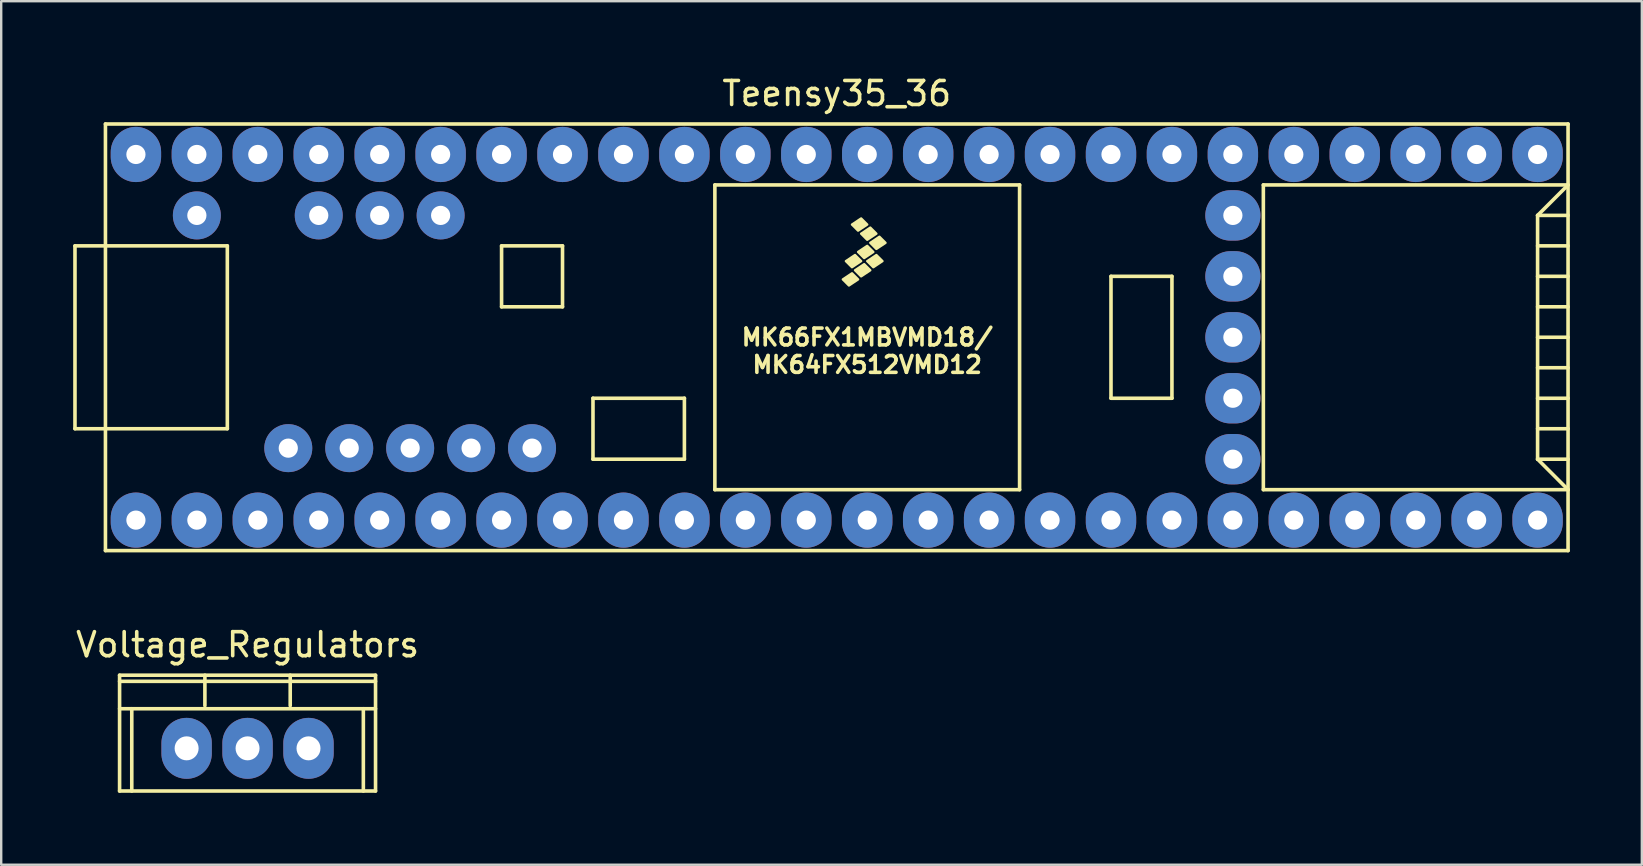
<source format=kicad_pcb>
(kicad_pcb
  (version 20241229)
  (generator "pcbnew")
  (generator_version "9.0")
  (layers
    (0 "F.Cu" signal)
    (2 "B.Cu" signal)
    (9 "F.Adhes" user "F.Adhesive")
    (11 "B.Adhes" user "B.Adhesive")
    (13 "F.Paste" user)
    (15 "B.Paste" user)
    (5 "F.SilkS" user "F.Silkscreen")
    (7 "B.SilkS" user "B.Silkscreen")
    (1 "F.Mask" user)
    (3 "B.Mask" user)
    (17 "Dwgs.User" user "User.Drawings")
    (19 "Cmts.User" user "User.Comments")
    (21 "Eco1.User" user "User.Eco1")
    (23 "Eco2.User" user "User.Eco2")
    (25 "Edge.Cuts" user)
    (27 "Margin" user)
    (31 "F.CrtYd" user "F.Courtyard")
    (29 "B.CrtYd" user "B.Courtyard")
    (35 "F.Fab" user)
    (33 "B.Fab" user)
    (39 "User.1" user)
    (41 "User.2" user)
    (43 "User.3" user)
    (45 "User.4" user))
  (footprint "Teensy35_36"
    (layer "F.Cu")
    (at 31.825 11.008)
    (property "Reference" "Teensy35_36" (at 0 -10.16 0) (layer "F.SilkS") (effects (font (size 1 1) (thickness 0.15))))
    (attr through_hole)
    (fp_line (start -31.75 -3.81) (end -30.48 -3.81) (stroke (width 0.15) (type solid)) (layer "F.SilkS"))
    (fp_line (start -31.75 3.81) (end -31.75 -3.81) (stroke (width 0.15) (type solid)) (layer "F.SilkS"))
    (fp_line (start -30.48 3.81) (end -31.75 3.81) (stroke (width 0.15) (type solid)) (layer "F.SilkS"))
    (fp_line (start -30.48 8.89) (end -30.48 -8.89) (stroke (width 0.15) (type solid)) (layer "F.SilkS"))
    (fp_line (start -30.48 8.89) (end 30.48 8.89) (stroke (width 0.15) (type solid)) (layer "F.SilkS"))
    (fp_line (start -25.4 -3.81) (end -30.48 -3.81) (stroke (width 0.15) (type solid)) (layer "F.SilkS"))
    (fp_line (start -25.4 3.81) (end -30.48 3.81) (stroke (width 0.15) (type solid)) (layer "F.SilkS"))
    (fp_line (start -25.4 3.81) (end -25.4 -3.81) (stroke (width 0.15) (type solid)) (layer "F.SilkS"))
    (fp_line (start -13.97 -3.81) (end -13.97 -1.27) (stroke (width 0.15) (type solid)) (layer "F.SilkS"))
    (fp_line (start -13.97 -1.27) (end -11.43 -1.27) (stroke (width 0.15) (type solid)) (layer "F.SilkS"))
    (fp_line (start -11.43 -3.81) (end -13.97 -3.81) (stroke (width 0.15) (type solid)) (layer "F.SilkS"))
    (fp_line (start -11.43 -1.27) (end -11.43 -3.81) (stroke (width 0.15) (type solid)) (layer "F.SilkS"))
    (fp_line (start -10.16 2.54) (end -6.35 2.54) (stroke (width 0.15) (type solid)) (layer "F.SilkS"))
    (fp_line (start -10.16 5.08) (end -10.16 2.54) (stroke (width 0.15) (type solid)) (layer "F.SilkS"))
    (fp_line (start -6.35 2.54) (end -6.35 5.08) (stroke (width 0.15) (type solid)) (layer "F.SilkS"))
    (fp_line (start -6.35 5.08) (end -10.16 5.08) (stroke (width 0.15) (type solid)) (layer "F.SilkS"))
    (fp_line (start -5.08 -6.35) (end -5.08 6.35) (stroke (width 0.15) (type solid)) (layer "F.SilkS"))
    (fp_line (start -5.08 -6.35) (end 7.62 -6.35) (stroke (width 0.15) (type solid)) (layer "F.SilkS"))
    (fp_line (start -5.08 6.35) (end 7.62 6.35) (stroke (width 0.15) (type solid)) (layer "F.SilkS"))
    (fp_line (start 7.62 6.35) (end 7.62 -6.35) (stroke (width 0.15) (type solid)) (layer "F.SilkS"))
    (fp_line (start 11.43 -2.54) (end 13.97 -2.54) (stroke (width 0.15) (type solid)) (layer "F.SilkS"))
    (fp_line (start 11.43 2.54) (end 11.43 -2.54) (stroke (width 0.15) (type solid)) (layer "F.SilkS"))
    (fp_line (start 13.97 -2.54) (end 13.97 2.54) (stroke (width 0.15) (type solid)) (layer "F.SilkS"))
    (fp_line (start 13.97 2.54) (end 11.43 2.54) (stroke (width 0.15) (type solid)) (layer "F.SilkS"))
    (fp_line (start 17.78 -6.35) (end 17.78 6.35) (stroke (width 0.15) (type solid)) (layer "F.SilkS"))
    (fp_line (start 17.78 6.35) (end 30.48 6.35) (stroke (width 0.15) (type solid)) (layer "F.SilkS"))
    (fp_line (start 29.21 -5.08) (end 30.48 -6.35) (stroke (width 0.15) (type solid)) (layer "F.SilkS"))
    (fp_line (start 29.21 -5.08) (end 30.48 -5.08) (stroke (width 0.15) (type solid)) (layer "F.SilkS"))
    (fp_line (start 29.21 -3.81) (end 30.48 -3.81) (stroke (width 0.15) (type solid)) (layer "F.SilkS"))
    (fp_line (start 29.21 -2.54) (end 30.48 -2.54) (stroke (width 0.15) (type solid)) (layer "F.SilkS"))
    (fp_line (start 29.21 -1.27) (end 30.48 -1.27) (stroke (width 0.15) (type solid)) (layer "F.SilkS"))
    (fp_line (start 29.21 0) (end 30.48 0) (stroke (width 0.15) (type solid)) (layer "F.SilkS"))
    (fp_line (start 29.21 1.27) (end 30.48 1.27) (stroke (width 0.15) (type solid)) (layer "F.SilkS"))
    (fp_line (start 29.21 2.54) (end 30.48 2.54) (stroke (width 0.15) (type solid)) (layer "F.SilkS"))
    (fp_line (start 29.21 3.81) (end 30.48 3.81) (stroke (width 0.15) (type solid)) (layer "F.SilkS"))
    (fp_line (start 29.21 5.08) (end 29.21 -5.08) (stroke (width 0.15) (type solid)) (layer "F.SilkS"))
    (fp_line (start 29.21 5.08) (end 30.48 5.08) (stroke (width 0.15) (type solid)) (layer "F.SilkS"))
    (fp_line (start 30.48 -8.89) (end -30.48 -8.89) (stroke (width 0.15) (type solid)) (layer "F.SilkS"))
    (fp_line (start 30.48 -8.89) (end 30.48 8.89) (stroke (width 0.15) (type solid)) (layer "F.SilkS"))
    (fp_line (start 30.48 -6.35) (end 17.78 -6.35) (stroke (width 0.15) (type solid)) (layer "F.SilkS"))
    (fp_line (start 30.48 6.35) (end 29.21 5.08) (stroke (width 0.15) (type solid)) (layer "F.SilkS"))
    (fp_poly (pts (xy 0.635 -2.667) (xy 0.889 -2.413) (xy 0.508 -2.159) (xy 0.254 -2.413)) (stroke (width 0.1) (type solid)) (fill yes) (layer "F.SilkS"))
    (fp_poly (pts (xy 0.762 -3.429) (xy 1.016 -3.175) (xy 0.635 -2.921) (xy 0.381 -3.175)) (stroke (width 0.1) (type solid)) (fill yes) (layer "F.SilkS"))
    (fp_poly (pts (xy 1.016 -4.953) (xy 1.27 -4.699) (xy 0.889 -4.445) (xy 0.635 -4.699)) (stroke (width 0.1) (type solid)) (fill yes) (layer "F.SilkS"))
    (fp_poly (pts (xy 1.143 -3.048) (xy 1.397 -2.794) (xy 1.016 -2.54) (xy 0.762 -2.794)) (stroke (width 0.1) (type solid)) (fill yes) (layer "F.SilkS"))
    (fp_poly (pts (xy 1.27 -3.81) (xy 1.524 -3.556) (xy 1.143 -3.302) (xy 0.889 -3.556)) (stroke (width 0.1) (type solid)) (fill yes) (layer "F.SilkS"))
    (fp_poly (pts (xy 1.397 -4.572) (xy 1.651 -4.318) (xy 1.27 -4.064) (xy 1.016 -4.318)) (stroke (width 0.1) (type solid)) (fill yes) (layer "F.SilkS"))
    (fp_poly (pts (xy 1.651 -3.429) (xy 1.905 -3.175) (xy 1.524 -2.921) (xy 1.27 -3.175)) (stroke (width 0.1) (type solid)) (fill yes) (layer "F.SilkS"))
    (fp_poly (pts (xy 1.778 -4.191) (xy 2.032 -3.937) (xy 1.651 -3.683) (xy 1.397 -3.937)) (stroke (width 0.1) (type solid)) (fill yes) (layer "F.SilkS"))
    (fp_text user "MK64FX512VMD12" (at 1.27 1.143 0) (layer "F.SilkS") (effects (font (size 0.7 0.7) (thickness 0.15))))
    (fp_text user "MK66FX1MBVMD18/" (at 1.27 0 0) (layer "F.SilkS") (effects (font (size 0.7 0.7) (thickness 0.15))))
    (pad "1" thru_hole oval (at -29.21 7.62) (size 2.1 2.3) (drill 0.8) (layers "*.Cu" "*.Mask"))
    (pad "2" thru_hole oval (at -26.67 7.62) (size 2.1 2.3) (drill 0.8) (layers "*.Cu" "*.Mask"))
    (pad "3" thru_hole oval (at -24.13 7.62) (size 2.1 2.3) (drill 0.8) (layers "*.Cu" "*.Mask"))
    (pad "4" thru_hole oval (at -21.59 7.62) (size 2.1 2.3) (drill 0.8) (layers "*.Cu" "*.Mask"))
    (pad "5" thru_hole oval (at -19.05 7.62) (size 2.1 2.3) (drill 0.8) (layers "*.Cu" "*.Mask"))
    (pad "6" thru_hole oval (at -16.51 7.62) (size 2.1 2.3) (drill 0.8) (layers "*.Cu" "*.Mask"))
    (pad "7" thru_hole oval (at -13.97 7.62) (size 2.1 2.3) (drill 0.8) (layers "*.Cu" "*.Mask"))
    (pad "8" thru_hole oval (at -11.43 7.62) (size 2.1 2.3) (drill 0.8) (layers "*.Cu" "*.Mask"))
    (pad "9" thru_hole oval (at -8.89 7.62) (size 2.1 2.3) (drill 0.8) (layers "*.Cu" "*.Mask"))
    (pad "10" thru_hole oval (at -6.35 7.62) (size 2.1 2.3) (drill 0.8) (layers "*.Cu" "*.Mask"))
    (pad "11" thru_hole oval (at -3.81 7.62) (size 2.1 2.3) (drill 0.8) (layers "*.Cu" "*.Mask"))
    (pad "12" thru_hole oval (at -1.27 7.62) (size 2.1 2.3) (drill 0.8) (layers "*.Cu" "*.Mask"))
    (pad "13" thru_hole oval (at 1.27 7.62) (size 2.1 2.3) (drill 0.8) (layers "*.Cu" "*.Mask"))
    (pad "14" thru_hole oval (at 3.81 7.62) (size 2.1 2.3) (drill 0.8) (layers "*.Cu" "*.Mask"))
    (pad "15" thru_hole oval (at 6.35 7.62) (size 2.1 2.3) (drill 0.8) (layers "*.Cu" "*.Mask"))
    (pad "16" thru_hole oval (at 8.89 7.62) (size 2.1 2.3) (drill 0.8) (layers "*.Cu" "*.Mask"))
    (pad "17" thru_hole oval (at 11.43 7.62) (size 2.1 2.3) (drill 0.8) (layers "*.Cu" "*.Mask"))
    (pad "18" thru_hole oval (at 13.97 7.62) (size 2.1 2.3) (drill 0.8) (layers "*.Cu" "*.Mask"))
    (pad "19" thru_hole oval (at 16.51 7.62) (size 2.1 2.3) (drill 0.8) (layers "*.Cu" "*.Mask"))
    (pad "20" thru_hole oval (at 19.05 7.62) (size 2.1 2.3) (drill 0.8) (layers "*.Cu" "*.Mask"))
    (pad "21" thru_hole oval (at 21.59 7.62) (size 2.1 2.3) (drill 0.8) (layers "*.Cu" "*.Mask"))
    (pad "22" thru_hole oval (at 24.13 7.62) (size 2.1 2.3) (drill 0.8) (layers "*.Cu" "*.Mask"))
    (pad "23" thru_hole oval (at 26.67 7.62) (size 2.1 2.3) (drill 0.8) (layers "*.Cu" "*.Mask"))
    (pad "24" thru_hole oval (at 29.21 7.62) (size 2.1 2.3) (drill 0.8) (layers "*.Cu" "*.Mask"))
    (pad "25" thru_hole oval (at 16.51 5.08 90) (size 2.1 2.3) (drill 0.8) (layers "*.Cu" "*.Mask"))
    (pad "26" thru_hole oval (at 16.51 2.54 90) (size 2.1 2.3) (drill 0.8) (layers "*.Cu" "*.Mask"))
    (pad "27" thru_hole oval (at 16.51 0 90) (size 2.1 2.3) (drill 0.8) (layers "*.Cu" "*.Mask"))
    (pad "28" thru_hole oval (at 16.51 -2.54 90) (size 2.1 2.3) (drill 0.8) (layers "*.Cu" "*.Mask"))
    (pad "29" thru_hole oval (at 16.51 -5.08 90) (size 2.1 2.3) (drill 0.8) (layers "*.Cu" "*.Mask"))
    (pad "30" thru_hole oval (at 29.21 -7.62) (size 2.1 2.3) (drill 0.8) (layers "*.Cu" "*.Mask"))
    (pad "31" thru_hole oval (at 26.67 -7.62) (size 2.1 2.3) (drill 0.8) (layers "*.Cu" "*.Mask"))
    (pad "32" thru_hole oval (at 24.13 -7.62) (size 2.1 2.3) (drill 0.8) (layers "*.Cu" "*.Mask"))
    (pad "33" thru_hole oval (at 21.59 -7.62) (size 2.1 2.3) (drill 0.8) (layers "*.Cu" "*.Mask"))
    (pad "34" thru_hole oval (at 19.05 -7.62) (size 2.1 2.3) (drill 0.8) (layers "*.Cu" "*.Mask"))
    (pad "35" thru_hole oval (at 16.51 -7.62) (size 2.1 2.3) (drill 0.8) (layers "*.Cu" "*.Mask"))
    (pad "36" thru_hole oval (at 13.97 -7.62) (size 2.1 2.3) (drill 0.8) (layers "*.Cu" "*.Mask"))
    (pad "37" thru_hole oval (at 11.43 -7.62) (size 2.1 2.3) (drill 0.8) (layers "*.Cu" "*.Mask"))
    (pad "38" thru_hole oval (at 8.89 -7.62) (size 2.1 2.3) (drill 0.8) (layers "*.Cu" "*.Mask"))
    (pad "39" thru_hole oval (at 6.35 -7.62) (size 2.1 2.3) (drill 0.8) (layers "*.Cu" "*.Mask"))
    (pad "40" thru_hole oval (at 3.81 -7.62) (size 2.1 2.3) (drill 0.8) (layers "*.Cu" "*.Mask"))
    (pad "41" thru_hole oval (at 1.27 -7.62) (size 2.1 2.3) (drill 0.8) (layers "*.Cu" "*.Mask"))
    (pad "42" thru_hole oval (at -1.27 -7.62) (size 2.1 2.3) (drill 0.8) (layers "*.Cu" "*.Mask"))
    (pad "43" thru_hole oval (at -3.81 -7.62) (size 2.1 2.3) (drill 0.8) (layers "*.Cu" "*.Mask"))
    (pad "44" thru_hole oval (at -6.35 -7.62) (size 2.1 2.3) (drill 0.8) (layers "*.Cu" "*.Mask"))
    (pad "45" thru_hole oval (at -8.89 -7.62) (size 2.1 2.3) (drill 0.8) (layers "*.Cu" "*.Mask"))
    (pad "46" thru_hole oval (at -11.43 -7.62) (size 2.1 2.3) (drill 0.8) (layers "*.Cu" "*.Mask"))
    (pad "47" thru_hole oval (at -13.97 -7.62) (size 2.1 2.3) (drill 0.8) (layers "*.Cu" "*.Mask"))
    (pad "48" thru_hole oval (at -16.51 -7.62) (size 2.1 2.3) (drill 0.8) (layers "*.Cu" "*.Mask"))
    (pad "49" thru_hole oval (at -19.05 -7.62) (size 2.1 2.3) (drill 0.8) (layers "*.Cu" "*.Mask"))
    (pad "50" thru_hole oval (at -21.59 -7.62) (size 2.1 2.3) (drill 0.8) (layers "*.Cu" "*.Mask"))
    (pad "51" thru_hole oval (at -24.13 -7.62) (size 2.1 2.3) (drill 0.8) (layers "*.Cu" "*.Mask"))
    (pad "52" thru_hole oval (at -26.67 -7.62) (size 2.1 2.3) (drill 0.8) (layers "*.Cu" "*.Mask"))
    (pad "53" thru_hole oval (at -29.21 -7.62) (size 2.1 2.3) (drill 0.8) (layers "*.Cu" "*.Mask"))
    (pad "54" thru_hole oval (at -26.67 -5.08) (size 2 2) (drill 0.8) (layers "*.Cu" "*.Mask"))
    (pad "55" thru_hole oval (at -21.59 -5.08) (size 2 2) (drill 0.8) (layers "*.Cu" "*.Mask"))
    (pad "56" thru_hole oval (at -19.05 -5.08) (size 2 2) (drill 0.8) (layers "*.Cu" "*.Mask"))
    (pad "57" thru_hole oval (at -16.51 -5.08) (size 2 2) (drill 0.8) (layers "*.Cu" "*.Mask"))
    (pad "58" thru_hole oval (at -22.86 4.62) (size 2 2) (drill 0.8) (layers "*.Cu" "*.Mask"))
    (pad "59" thru_hole oval (at -20.32 4.62) (size 2 2) (drill 0.8) (layers "*.Cu" "*.Mask"))
    (pad "60" thru_hole oval (at -17.78 4.62) (size 2 2) (drill 0.8) (layers "*.Cu" "*.Mask"))
    (pad "61" thru_hole oval (at -15.24 4.62) (size 2 2) (drill 0.8) (layers "*.Cu" "*.Mask"))
    (pad "62" thru_hole oval (at -12.7 4.62) (size 2 2) (drill 0.8) (layers "*.Cu" "*.Mask")))
  (footprint "Voltage_Regulators"
    (layer "F.Cu")
    (at 7.268 28.14)
    (property "Reference" "Voltage_Regulators" (at 0 -4.318 0) (layer "F.SilkS") (effects (font (size 1 1) (thickness 0.15))))
    (attr through_hole)
    (fp_line (start -5.334 -3.048) (end -5.334 1.778) (stroke (width 0.15) (type solid)) (layer "F.SilkS"))
    (fp_line (start -5.334 -1.651) (end 5.334 -1.651) (stroke (width 0.15) (type solid)) (layer "F.SilkS"))
    (fp_line (start -4.826 -1.651) (end -4.826 1.778) (stroke (width 0.15) (type solid)) (layer "F.SilkS"))
    (fp_line (start -1.778 -1.778) (end -1.778 -3.048) (stroke (width 0.15) (type solid)) (layer "F.SilkS"))
    (fp_line (start 1.778 -1.778) (end 1.778 -3.048) (stroke (width 0.15) (type solid)) (layer "F.SilkS"))
    (fp_line (start 4.826 -1.651) (end 4.826 1.778) (stroke (width 0.15) (type solid)) (layer "F.SilkS"))
    (fp_line (start 5.334 -3.048) (end -5.334 -3.048) (stroke (width 0.15) (type solid)) (layer "F.SilkS"))
    (fp_line (start 5.334 -3.048) (end 5.334 1.778) (stroke (width 0.15) (type solid)) (layer "F.SilkS"))
    (fp_line (start 5.334 -2.794) (end -5.334 -2.794) (stroke (width 0.15) (type solid)) (layer "F.SilkS"))
    (fp_line (start 5.334 1.778) (end -5.334 1.778) (stroke (width 0.15) (type solid)) (layer "F.SilkS"))
    (pad "1" thru_hole oval (at -2.54 0) (size 2.1 2.54) (drill 1) (layers "*.Cu" "*.Mask"))
    (pad "2" thru_hole oval (at 0 0) (size 2.1 2.54) (drill 1) (layers "*.Cu" "*.Mask"))
    (pad "3" thru_hole oval (at 2.54 0) (size 2.1 2.54) (drill 1) (layers "*.Cu" "*.Mask")))
  (gr_rect
    (start -3 -3)
    (end 65.38 32.992)
    (stroke (width 0.1) (type default))
    (fill no)
    (layer "Edge.Cuts")))
</source>
